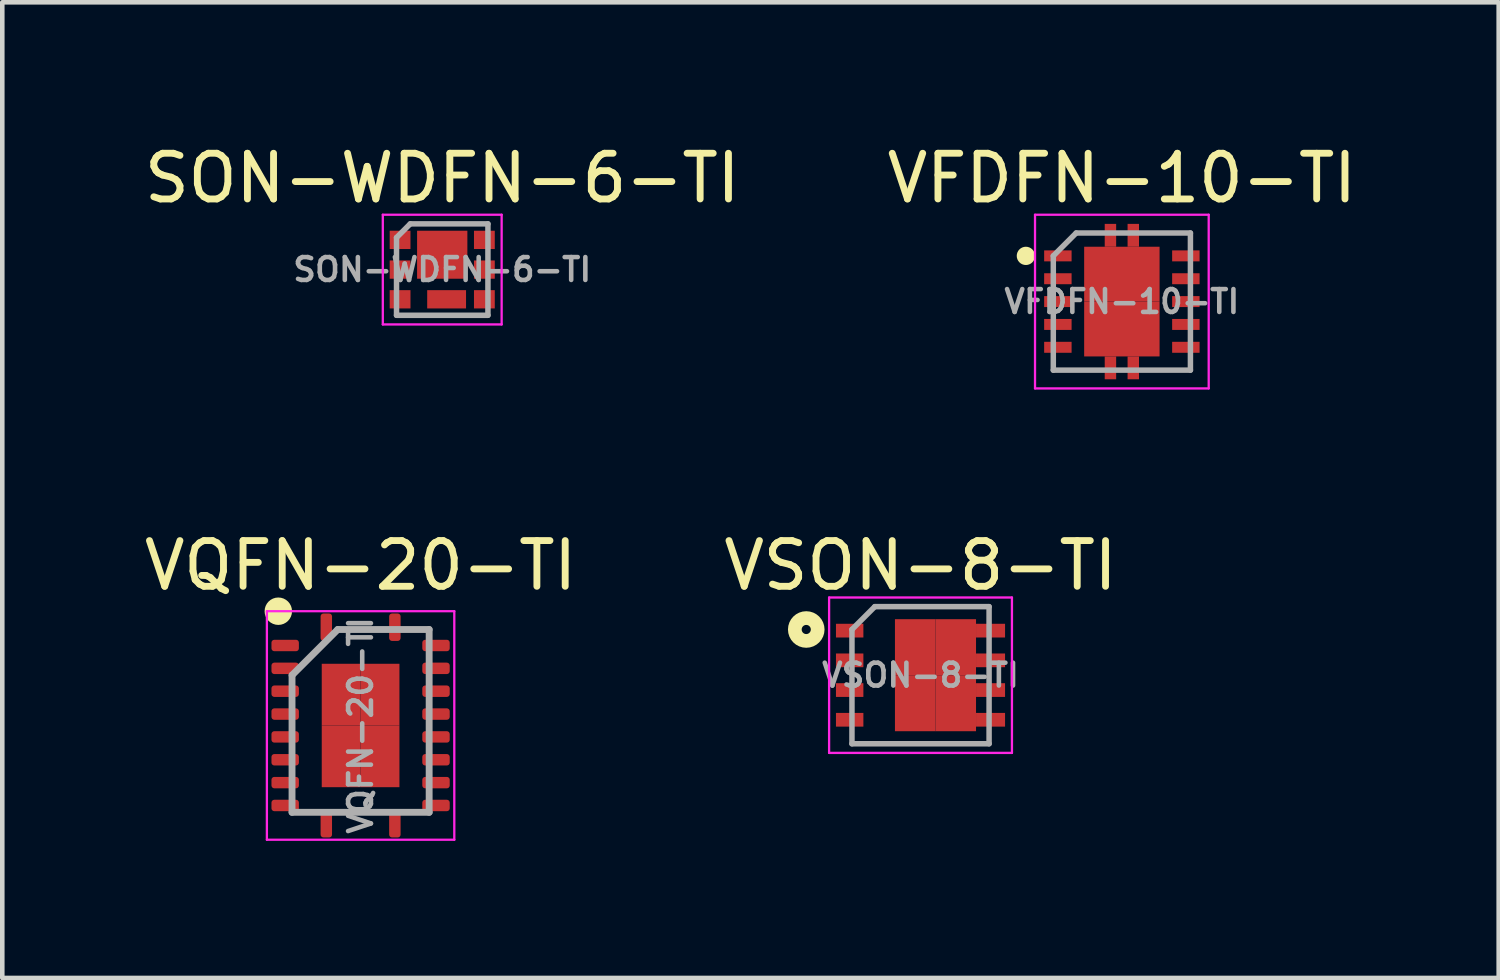
<source format=kicad_pcb>
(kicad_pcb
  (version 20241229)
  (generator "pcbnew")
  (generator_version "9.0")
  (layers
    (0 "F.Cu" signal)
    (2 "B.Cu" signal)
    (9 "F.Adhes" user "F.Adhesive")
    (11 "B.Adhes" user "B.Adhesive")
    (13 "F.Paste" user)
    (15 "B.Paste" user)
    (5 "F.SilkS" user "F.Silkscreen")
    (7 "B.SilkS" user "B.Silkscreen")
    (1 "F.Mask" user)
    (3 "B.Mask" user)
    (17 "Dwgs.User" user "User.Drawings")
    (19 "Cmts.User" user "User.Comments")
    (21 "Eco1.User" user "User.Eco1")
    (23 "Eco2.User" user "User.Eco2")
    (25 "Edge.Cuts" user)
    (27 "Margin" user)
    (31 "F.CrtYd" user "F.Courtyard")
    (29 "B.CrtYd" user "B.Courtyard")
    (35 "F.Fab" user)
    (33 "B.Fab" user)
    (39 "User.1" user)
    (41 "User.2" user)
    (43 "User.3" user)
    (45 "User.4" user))
  (footprint "VQFN-20-TI"
    (layer "F.Cu")
    (at 4.839 12.822)
    (property "Reference" "VQFN-20-TI" (at 0 -3.5 0) (layer "F.SilkS") (effects (font (size 1 1) (thickness 0.15))))
    (attr smd)
    (fp_circle (center -1.8 -2.5) (end -1.8 -2.5) (stroke (width 0.3) (type solid)) (fill no) (layer "F.SilkS"))
    (fp_line (start -2.05 -2.5) (end -2.05 2.5) (stroke (width 0.05) (type solid)) (layer "F.CrtYd"))
    (fp_line (start -2.05 -2.5) (end 2.05 -2.5) (stroke (width 0.05) (type solid)) (layer "F.CrtYd"))
    (fp_line (start -2.05 2.5) (end 2.05 2.5) (stroke (width 0.05) (type solid)) (layer "F.CrtYd"))
    (fp_line (start 2.05 -2.5) (end 2.05 2.5) (stroke (width 0.05) (type solid)) (layer "F.CrtYd"))
    (fp_line (start -1.5 -1.1) (end -0.5 -2.1) (stroke (width 0.15) (type solid)) (layer "F.Fab"))
    (fp_line (start -1.5 1.9) (end -1.5 -1.1) (stroke (width 0.15) (type solid)) (layer "F.Fab"))
    (fp_line (start -0.5 -2.1) (end 1.5 -2.1) (stroke (width 0.15) (type solid)) (layer "F.Fab"))
    (fp_line (start 1.5 -2.1) (end 1.5 1.9) (stroke (width 0.15) (type solid)) (layer "F.Fab"))
    (fp_line (start 1.5 1.9) (end -1.5 1.9) (stroke (width 0.15) (type solid)) (layer "F.Fab"))
    (fp_text user "${REFERENCE}" (at 0 0 90) (layer "F.Fab") (effects (font (size 0.5 0.5) (thickness 0.1))))
    (pad "1" smd roundrect (at -0.75 -2.15 90) (size 0.6 0.25) (layers "F.Cu" "F.Mask" "F.Paste") (roundrect_rratio 0.25))
    (pad "2" smd roundrect (at -1.65 -1.75) (size 0.6 0.25) (layers "F.Cu" "F.Mask" "F.Paste") (roundrect_rratio 0.25))
    (pad "3" smd roundrect (at -1.65 -1.25) (size 0.6 0.25) (layers "F.Cu" "F.Mask" "F.Paste") (roundrect_rratio 0.25))
    (pad "4" smd roundrect (at -1.65 -0.75) (size 0.6 0.25) (layers "F.Cu" "F.Mask" "F.Paste") (roundrect_rratio 0.25))
    (pad "5" smd roundrect (at -1.65 -0.25) (size 0.6 0.25) (layers "F.Cu" "F.Mask" "F.Paste") (roundrect_rratio 0.25))
    (pad "6" smd roundrect (at -1.65 0.25) (size 0.6 0.25) (layers "F.Cu" "F.Mask" "F.Paste") (roundrect_rratio 0.25))
    (pad "7" smd roundrect (at -1.65 0.75) (size 0.6 0.25) (layers "F.Cu" "F.Mask" "F.Paste") (roundrect_rratio 0.25))
    (pad "8" smd roundrect (at -1.65 1.25) (size 0.6 0.25) (layers "F.Cu" "F.Mask" "F.Paste") (roundrect_rratio 0.25))
    (pad "9" smd roundrect (at -1.65 1.75) (size 0.6 0.25) (layers "F.Cu" "F.Mask" "F.Paste") (roundrect_rratio 0.25))
    (pad "10" smd roundrect (at -0.75 2.15 90) (size 0.6 0.25) (layers "F.Cu" "F.Mask" "F.Paste") (roundrect_rratio 0.25))
    (pad "11" smd roundrect (at 0.75 2.15 90) (size 0.6 0.25) (layers "F.Cu" "F.Mask" "F.Paste") (roundrect_rratio 0.25))
    (pad "12" smd roundrect (at 1.65 1.75) (size 0.6 0.25) (layers "F.Cu" "F.Mask" "F.Paste") (roundrect_rratio 0.25))
    (pad "13" smd roundrect (at 1.65 1.25) (size 0.6 0.25) (layers "F.Cu" "F.Mask" "F.Paste") (roundrect_rratio 0.25))
    (pad "14" smd roundrect (at 1.65 0.75) (size 0.6 0.25) (layers "F.Cu" "F.Mask" "F.Paste") (roundrect_rratio 0.25))
    (pad "15" smd roundrect (at 1.65 0.25) (size 0.6 0.25) (layers "F.Cu" "F.Mask" "F.Paste") (roundrect_rratio 0.25))
    (pad "16" smd roundrect (at 1.65 -0.25) (size 0.6 0.25) (layers "F.Cu" "F.Mask" "F.Paste") (roundrect_rratio 0.25))
    (pad "17" smd roundrect (at 1.65 -0.75) (size 0.6 0.25) (layers "F.Cu" "F.Mask" "F.Paste") (roundrect_rratio 0.25))
    (pad "18" smd roundrect (at 1.65 -1.25) (size 0.6 0.25) (layers "F.Cu" "F.Mask" "F.Paste") (roundrect_rratio 0.25))
    (pad "19" smd roundrect (at 1.65 -1.75) (size 0.6 0.25) (layers "F.Cu" "F.Mask" "F.Paste") (roundrect_rratio 0.25))
    (pad "20" smd roundrect (at 0.75 -2.15 90) (size 0.6 0.25) (layers "F.Cu" "F.Mask" "F.Paste") (roundrect_rratio 0.25))
    (pad "21" smd rect (at -0.425 -0.675 270) (size 1.35 0.85) (layers "F.Cu" "F.Mask" "F.Paste"))
    (pad "21" smd rect (at -0.425 0.675 270) (size 1.35 0.85) (layers "F.Cu" "F.Mask" "F.Paste"))
    (pad "21" smd rect (at 0.425 -0.675 90) (size 1.35 0.85) (layers "F.Cu" "F.Mask" "F.Paste"))
    (pad "21" smd rect (at 0.425 0.675 90) (size 1.35 0.85) (layers "F.Cu" "F.Mask" "F.Paste")))
  (footprint "SON-WDFN-6-TI"
    (layer "F.Cu")
    (at 6.625 2.848)
    (property "Reference" "SON-WDFN-6-TI" (at 0 -2 0) (layer "F.SilkS") (effects (font (size 1 1) (thickness 0.15))))
    (attr smd)
    (fp_line (start -1.3 -1.2) (end -1.3 1.2) (stroke (width 0.05) (type solid)) (layer "F.CrtYd"))
    (fp_line (start -1.3 1.2) (end 1.3 1.2) (stroke (width 0.05) (type solid)) (layer "F.CrtYd"))
    (fp_line (start 1.3 -1.2) (end -1.3 -1.2) (stroke (width 0.05) (type solid)) (layer "F.CrtYd"))
    (fp_line (start 1.3 1.2) (end 1.3 -1.2) (stroke (width 0.05) (type solid)) (layer "F.CrtYd"))
    (fp_line (start -1 -0.7) (end -1 1) (stroke (width 0.12) (type solid)) (layer "F.Fab"))
    (fp_line (start -1 1) (end 1 1) (stroke (width 0.12) (type solid)) (layer "F.Fab"))
    (fp_line (start -0.7 -1) (end -1 -0.7) (stroke (width 0.12) (type solid)) (layer "F.Fab"))
    (fp_line (start 1 -1) (end -0.7 -1) (stroke (width 0.12) (type solid)) (layer "F.Fab"))
    (fp_line (start 1 1) (end 1 -1) (stroke (width 0.12) (type solid)) (layer "F.Fab"))
    (fp_text user "${REFERENCE}" (at 0 0 0) (layer "F.Fab") (effects (font (size 0.5 0.5) (thickness 0.1))))
    (pad "1" smd rect (at -0.922 -0.65 270) (size 0.4 0.455) (layers "F.Cu" "F.Mask" "F.Paste"))
    (pad "2" smd rect (at -0.922 0 270) (size 0.4 0.455) (layers "F.Cu" "F.Mask" "F.Paste"))
    (pad "3" smd rect (at -0.922 0.65 270) (size 0.4 0.455) (layers "F.Cu" "F.Mask" "F.Paste"))
    (pad "4" smd rect (at 0.922 0.65 270) (size 0.4 0.455) (layers "F.Cu" "F.Mask" "F.Paste"))
    (pad "5" smd rect (at 0.922 0 270) (size 0.4 0.455) (layers "F.Cu" "F.Mask" "F.Paste"))
    (pad "6" smd rect (at 0.922 -0.65 270) (size 0.4 0.455) (layers "F.Cu" "F.Mask" "F.Paste"))
    (pad "7" smd rect (at 0 -0.325 270) (size 1.05 1.1) (layers "F.Cu" "F.Mask" "F.Paste"))
    (pad "8" smd rect (at 0.096 0.65 270) (size 0.4 0.85) (layers "F.Cu" "F.Mask" "F.Paste")))
  (footprint "VFDFN-10-TI"
    (layer "F.Cu")
    (at 21.494 3.548)
    (property "Reference" "VFDFN-10-TI" (at 0 -2.7 0) (layer "F.SilkS") (effects (font (size 1 1) (thickness 0.15))))
    (attr smd)
    (fp_circle (center -2.1 -1) (end -2 -1) (stroke (width 0.2) (type solid)) (fill no) (layer "F.SilkS"))
    (fp_line (start -1.9 -1.9) (end 1.9 -1.9) (stroke (width 0.05) (type solid)) (layer "F.CrtYd"))
    (fp_line (start -1.9 1.9) (end -1.9 -1.9) (stroke (width 0.05) (type solid)) (layer "F.CrtYd"))
    (fp_line (start 1.9 -1.9) (end 1.9 1.9) (stroke (width 0.05) (type solid)) (layer "F.CrtYd"))
    (fp_line (start 1.9 1.9) (end -1.9 1.9) (stroke (width 0.05) (type solid)) (layer "F.CrtYd"))
    (fp_line (start -1.5 -1) (end -1 -1.5) (stroke (width 0.12) (type solid)) (layer "F.Fab"))
    (fp_line (start -1.5 1.5) (end -1.5 -1) (stroke (width 0.12) (type solid)) (layer "F.Fab"))
    (fp_line (start -1 -1.5) (end 1.5 -1.5) (stroke (width 0.12) (type solid)) (layer "F.Fab"))
    (fp_line (start 1.5 -1.5) (end 1.5 1.5) (stroke (width 0.12) (type solid)) (layer "F.Fab"))
    (fp_line (start 1.5 1.5) (end -1.5 1.5) (stroke (width 0.12) (type solid)) (layer "F.Fab"))
    (fp_text user "${REFERENCE}" (at 0 0 0) (layer "F.Fab") (effects (font (size 0.5 0.5) (thickness 0.1))))
    (pad "1" smd rect (at -1.4 -1) (size 0.6 0.24) (layers "F.Cu" "F.Mask" "F.Paste"))
    (pad "2" smd rect (at -1.4 -0.5) (size 0.6 0.24) (layers "F.Cu" "F.Mask" "F.Paste"))
    (pad "3" smd rect (at -1.4 0) (size 0.6 0.24) (layers "F.Cu" "F.Mask" "F.Paste"))
    (pad "4" smd rect (at -1.4 0.5) (size 0.6 0.24) (layers "F.Cu" "F.Mask" "F.Paste"))
    (pad "5" smd rect (at -1.4 1) (size 0.6 0.24) (layers "F.Cu" "F.Mask" "F.Paste"))
    (pad "6" smd rect (at 1.4 1) (size 0.6 0.24) (layers "F.Cu" "F.Mask" "F.Paste"))
    (pad "7" smd rect (at 1.4 0.5) (size 0.6 0.24) (layers "F.Cu" "F.Mask" "F.Paste"))
    (pad "8" smd rect (at 1.4 0) (size 0.6 0.24) (layers "F.Cu" "F.Mask" "F.Paste"))
    (pad "9" smd rect (at 1.4 -0.5) (size 0.6 0.24) (layers "F.Cu" "F.Mask" "F.Paste"))
    (pad "10" smd rect (at 1.4 -1) (size 0.6 0.24) (layers "F.Cu" "F.Mask" "F.Paste"))
    (pad "11" smd rect (at -0.25 -1.45) (size 0.25 0.5) (layers "F.Cu" "F.Mask" "F.Paste"))
    (pad "11" smd rect (at -0.25 1.45) (size 0.25 0.5) (layers "F.Cu" "F.Mask" "F.Paste"))
    (pad "11" smd rect (at 0 -0.6) (size 1.65 1.2) (layers "F.Cu" "F.Mask" "F.Paste"))
    (pad "11" smd rect (at 0 0.6) (size 1.65 1.2) (layers "F.Cu" "F.Mask" "F.Paste"))
    (pad "11" smd rect (at 0.25 -1.45) (size 0.25 0.5) (layers "F.Cu" "F.Mask" "F.Paste"))
    (pad "11" smd rect (at 0.25 1.45) (size 0.25 0.5) (layers "F.Cu" "F.Mask" "F.Paste")))
  (footprint "VSON-8-TI"
    (layer "F.Cu")
    (at 17.089 11.722)
    (property "Reference" "VSON-8-TI" (at 0 -2.4 0) (layer "F.SilkS") (effects (font (size 1 1) (thickness 0.15))))
    (attr smd)
    (fp_circle (center -2.5 -1) (end -2.4 -1) (stroke (width 0.3) (type solid)) (fill no) (layer "F.SilkS"))
    (fp_line (start -2 -1.7) (end 2 -1.7) (stroke (width 0.05) (type solid)) (layer "F.CrtYd"))
    (fp_line (start -2 1.7) (end -2 -1.7) (stroke (width 0.05) (type solid)) (layer "F.CrtYd"))
    (fp_line (start 2 -1.7) (end 2 1.7) (stroke (width 0.05) (type solid)) (layer "F.CrtYd"))
    (fp_line (start 2 1.7) (end -2 1.7) (stroke (width 0.05) (type solid)) (layer "F.CrtYd"))
    (fp_line (start -1.5 -1) (end -1.5 1.5) (stroke (width 0.12) (type solid)) (layer "F.Fab"))
    (fp_line (start -1.5 1.5) (end 1.5 1.5) (stroke (width 0.12) (type solid)) (layer "F.Fab"))
    (fp_line (start -1 -1.5) (end -1.5 -1) (stroke (width 0.12) (type solid)) (layer "F.Fab"))
    (fp_line (start 1.5 -1.5) (end -1 -1.5) (stroke (width 0.12) (type solid)) (layer "F.Fab"))
    (fp_line (start 1.5 1.5) (end 1.5 -1.5) (stroke (width 0.12) (type solid)) (layer "F.Fab"))
    (fp_text user "${REFERENCE}" (at 0 0 0) (layer "F.Fab") (effects (font (size 0.5 0.5) (thickness 0.1))))
    (pad "1" smd rect (at -1.55 -0.975) (size 0.6 0.3) (layers "F.Cu" "F.Mask" "F.Paste"))
    (pad "2" smd rect (at -1.55 -0.325) (size 0.6 0.3) (layers "F.Cu" "F.Mask" "F.Paste"))
    (pad "3" smd rect (at -1.55 0.325) (size 0.6 0.3) (layers "F.Cu" "F.Mask" "F.Paste"))
    (pad "4" smd rect (at -1.55 0.975) (size 0.6 0.3) (layers "F.Cu" "F.Mask" "F.Paste"))
    (pad "5" smd rect (at -0.116 -0.613) (size 0.887 1.225) (layers "F.Cu" "F.Mask" "F.Paste"))
    (pad "5" smd rect (at -0.116 0.613) (size 0.887 1.225) (layers "F.Cu" "F.Mask" "F.Paste"))
    (pad "5" smd rect (at 0.771 -0.613) (size 0.887 1.225) (layers "F.Cu" "F.Mask" "F.Paste"))
    (pad "5" smd rect (at 0.771 0.613) (size 0.887 1.225) (layers "F.Cu" "F.Mask" "F.Paste"))
    (pad "5" smd rect (at 1.532 -0.975) (size 0.635 0.3) (layers "F.Cu" "F.Mask" "F.Paste"))
    (pad "5" smd rect (at 1.532 -0.325) (size 0.635 0.3) (layers "F.Cu" "F.Mask" "F.Paste"))
    (pad "5" smd rect (at 1.532 0.325) (size 0.635 0.3) (layers "F.Cu" "F.Mask" "F.Paste"))
    (pad "5" smd rect (at 1.532 0.975) (size 0.635 0.3) (layers "F.Cu" "F.Mask" "F.Paste")))
  (gr_rect
    (start -3 -3)
    (end 29.738 18.346)
    (stroke (width 0.1) (type default))
    (fill no)
    (layer "Edge.Cuts")))
</source>
